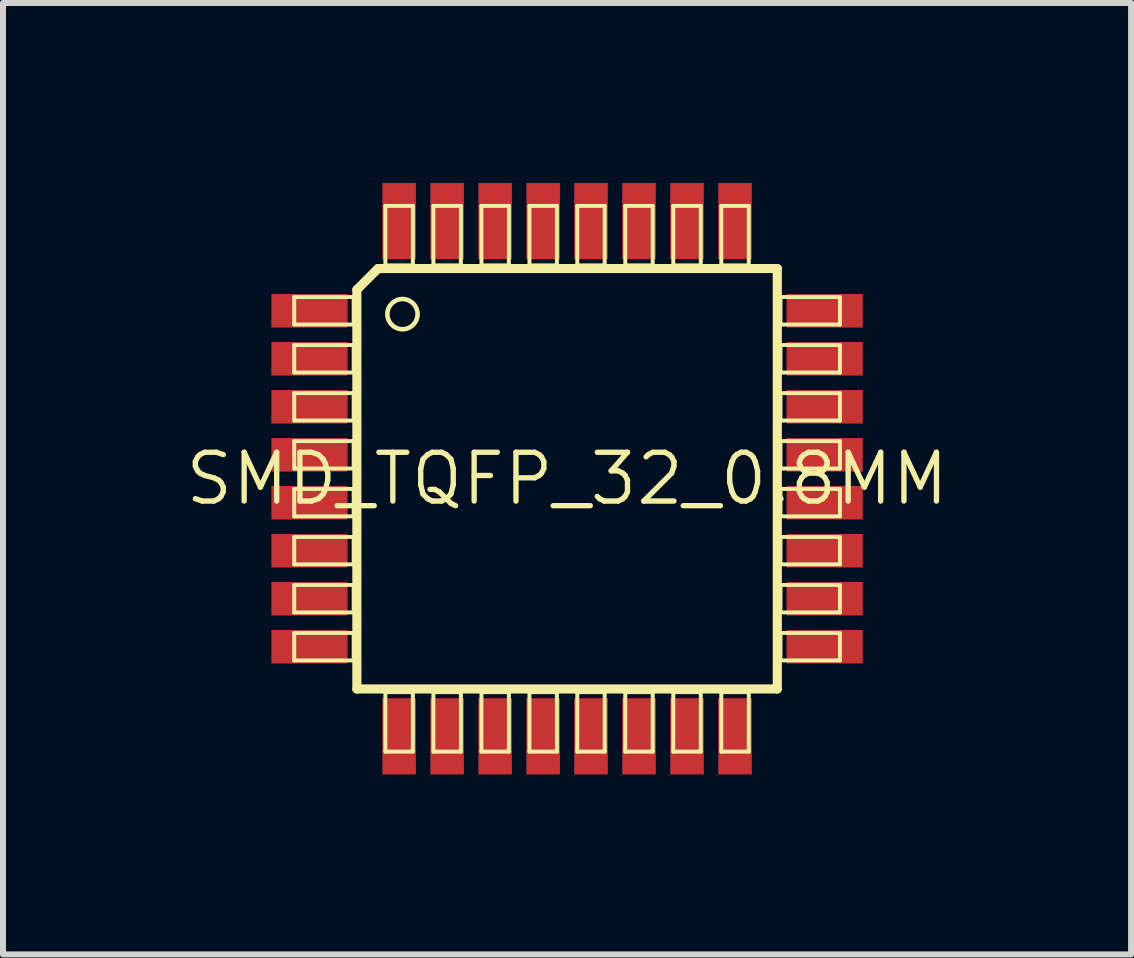
<source format=kicad_pcb>
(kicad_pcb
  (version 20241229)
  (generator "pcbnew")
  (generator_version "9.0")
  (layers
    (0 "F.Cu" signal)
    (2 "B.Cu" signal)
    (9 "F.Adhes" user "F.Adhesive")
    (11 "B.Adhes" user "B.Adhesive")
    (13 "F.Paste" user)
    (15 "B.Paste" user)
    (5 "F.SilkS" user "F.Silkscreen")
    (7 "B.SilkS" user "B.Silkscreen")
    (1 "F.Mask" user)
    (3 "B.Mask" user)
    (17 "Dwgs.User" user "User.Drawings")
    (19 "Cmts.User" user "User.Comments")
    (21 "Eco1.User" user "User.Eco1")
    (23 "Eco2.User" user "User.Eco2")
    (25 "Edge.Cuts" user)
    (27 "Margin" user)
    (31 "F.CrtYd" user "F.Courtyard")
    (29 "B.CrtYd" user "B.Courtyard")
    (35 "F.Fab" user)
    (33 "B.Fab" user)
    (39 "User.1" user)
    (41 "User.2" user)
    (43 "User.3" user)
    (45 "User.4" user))
  (footprint "SMD_TQFP_32_0.8MM"
    (layer "F.Cu")
    (at 6.4 4.928)
    (property "Reference" "SMD_TQFP_32_0.8MM" (at 0 0 0) (layer "F.SilkS") (effects (font (size 0.813 0.813) (thickness 0.089))))
    (attr smd)
    (fp_line (start -4.547 -3.028) (end -3.556 -3.028) (stroke (width 0.066) (type solid)) (layer "F.SilkS"))
    (fp_line (start -4.547 -2.57) (end -4.547 -3.028) (stroke (width 0.066) (type solid)) (layer "F.SilkS"))
    (fp_line (start -4.547 -2.57) (end -3.556 -2.57) (stroke (width 0.066) (type solid)) (layer "F.SilkS"))
    (fp_line (start -4.547 -2.228) (end -3.556 -2.228) (stroke (width 0.066) (type solid)) (layer "F.SilkS"))
    (fp_line (start -4.547 -1.77) (end -4.547 -2.228) (stroke (width 0.066) (type solid)) (layer "F.SilkS"))
    (fp_line (start -4.547 -1.77) (end -3.556 -1.77) (stroke (width 0.066) (type solid)) (layer "F.SilkS"))
    (fp_line (start -4.547 -1.427) (end -3.556 -1.427) (stroke (width 0.066) (type solid)) (layer "F.SilkS"))
    (fp_line (start -4.547 -0.97) (end -4.547 -1.427) (stroke (width 0.066) (type solid)) (layer "F.SilkS"))
    (fp_line (start -4.547 -0.97) (end -3.556 -0.97) (stroke (width 0.066) (type solid)) (layer "F.SilkS"))
    (fp_line (start -4.547 -0.627) (end -3.556 -0.627) (stroke (width 0.066) (type solid)) (layer "F.SilkS"))
    (fp_line (start -4.547 -0.17) (end -4.547 -0.627) (stroke (width 0.066) (type solid)) (layer "F.SilkS"))
    (fp_line (start -4.547 -0.17) (end -3.556 -0.17) (stroke (width 0.066) (type solid)) (layer "F.SilkS"))
    (fp_line (start -4.547 0.17) (end -3.556 0.17) (stroke (width 0.066) (type solid)) (layer "F.SilkS"))
    (fp_line (start -4.547 0.627) (end -4.547 0.17) (stroke (width 0.066) (type solid)) (layer "F.SilkS"))
    (fp_line (start -4.547 0.627) (end -3.556 0.627) (stroke (width 0.066) (type solid)) (layer "F.SilkS"))
    (fp_line (start -4.547 0.97) (end -3.556 0.97) (stroke (width 0.066) (type solid)) (layer "F.SilkS"))
    (fp_line (start -4.547 1.427) (end -4.547 0.97) (stroke (width 0.066) (type solid)) (layer "F.SilkS"))
    (fp_line (start -4.547 1.427) (end -3.556 1.427) (stroke (width 0.066) (type solid)) (layer "F.SilkS"))
    (fp_line (start -4.547 1.77) (end -3.556 1.77) (stroke (width 0.066) (type solid)) (layer "F.SilkS"))
    (fp_line (start -4.547 2.228) (end -4.547 1.77) (stroke (width 0.066) (type solid)) (layer "F.SilkS"))
    (fp_line (start -4.547 2.228) (end -3.556 2.228) (stroke (width 0.066) (type solid)) (layer "F.SilkS"))
    (fp_line (start -4.547 2.57) (end -3.556 2.57) (stroke (width 0.066) (type solid)) (layer "F.SilkS"))
    (fp_line (start -4.547 3.028) (end -4.547 2.57) (stroke (width 0.066) (type solid)) (layer "F.SilkS"))
    (fp_line (start -4.547 3.028) (end -3.556 3.028) (stroke (width 0.066) (type solid)) (layer "F.SilkS"))
    (fp_line (start -3.556 -2.57) (end -3.556 -3.028) (stroke (width 0.066) (type solid)) (layer "F.SilkS"))
    (fp_line (start -3.556 -1.77) (end -3.556 -2.228) (stroke (width 0.066) (type solid)) (layer "F.SilkS"))
    (fp_line (start -3.556 -0.97) (end -3.556 -1.427) (stroke (width 0.066) (type solid)) (layer "F.SilkS"))
    (fp_line (start -3.556 -0.17) (end -3.556 -0.627) (stroke (width 0.066) (type solid)) (layer "F.SilkS"))
    (fp_line (start -3.556 0.627) (end -3.556 0.17) (stroke (width 0.066) (type solid)) (layer "F.SilkS"))
    (fp_line (start -3.556 1.427) (end -3.556 0.97) (stroke (width 0.066) (type solid)) (layer "F.SilkS"))
    (fp_line (start -3.556 2.228) (end -3.556 1.77) (stroke (width 0.066) (type solid)) (layer "F.SilkS"))
    (fp_line (start -3.556 3.028) (end -3.556 2.57) (stroke (width 0.066) (type solid)) (layer "F.SilkS"))
    (fp_line (start -3.503 3.503) (end -3.503 -3.15) (stroke (width 0.152) (type solid)) (layer "F.SilkS"))
    (fp_line (start -3.15 -3.503) (end -3.503 -3.15) (stroke (width 0.152) (type solid)) (layer "F.SilkS"))
    (fp_line (start -3.15 -3.503) (end 3.503 -3.503) (stroke (width 0.152) (type solid)) (layer "F.SilkS"))
    (fp_line (start -3.028 -4.547) (end -2.57 -4.547) (stroke (width 0.066) (type solid)) (layer "F.SilkS"))
    (fp_line (start -3.028 -3.556) (end -3.028 -4.547) (stroke (width 0.066) (type solid)) (layer "F.SilkS"))
    (fp_line (start -3.028 -3.556) (end -2.57 -3.556) (stroke (width 0.066) (type solid)) (layer "F.SilkS"))
    (fp_line (start -3.028 3.556) (end -2.57 3.556) (stroke (width 0.066) (type solid)) (layer "F.SilkS"))
    (fp_line (start -3.028 4.547) (end -3.028 3.556) (stroke (width 0.066) (type solid)) (layer "F.SilkS"))
    (fp_line (start -3.028 4.547) (end -2.57 4.547) (stroke (width 0.066) (type solid)) (layer "F.SilkS"))
    (fp_line (start -2.57 -3.556) (end -2.57 -4.547) (stroke (width 0.066) (type solid)) (layer "F.SilkS"))
    (fp_line (start -2.57 4.547) (end -2.57 3.556) (stroke (width 0.066) (type solid)) (layer "F.SilkS"))
    (fp_line (start -2.228 -4.547) (end -1.77 -4.547) (stroke (width 0.066) (type solid)) (layer "F.SilkS"))
    (fp_line (start -2.228 -3.556) (end -2.228 -4.547) (stroke (width 0.066) (type solid)) (layer "F.SilkS"))
    (fp_line (start -2.228 -3.556) (end -1.77 -3.556) (stroke (width 0.066) (type solid)) (layer "F.SilkS"))
    (fp_line (start -2.228 3.556) (end -1.77 3.556) (stroke (width 0.066) (type solid)) (layer "F.SilkS"))
    (fp_line (start -2.228 4.547) (end -2.228 3.556) (stroke (width 0.066) (type solid)) (layer "F.SilkS"))
    (fp_line (start -2.228 4.547) (end -1.77 4.547) (stroke (width 0.066) (type solid)) (layer "F.SilkS"))
    (fp_line (start -1.77 -3.556) (end -1.77 -4.547) (stroke (width 0.066) (type solid)) (layer "F.SilkS"))
    (fp_line (start -1.77 4.547) (end -1.77 3.556) (stroke (width 0.066) (type solid)) (layer "F.SilkS"))
    (fp_line (start -1.427 -4.547) (end -0.97 -4.547) (stroke (width 0.066) (type solid)) (layer "F.SilkS"))
    (fp_line (start -1.427 -3.556) (end -1.427 -4.547) (stroke (width 0.066) (type solid)) (layer "F.SilkS"))
    (fp_line (start -1.427 -3.556) (end -0.97 -3.556) (stroke (width 0.066) (type solid)) (layer "F.SilkS"))
    (fp_line (start -1.427 3.556) (end -0.97 3.556) (stroke (width 0.066) (type solid)) (layer "F.SilkS"))
    (fp_line (start -1.427 4.547) (end -1.427 3.556) (stroke (width 0.066) (type solid)) (layer "F.SilkS"))
    (fp_line (start -1.427 4.547) (end -0.97 4.547) (stroke (width 0.066) (type solid)) (layer "F.SilkS"))
    (fp_line (start -0.97 -3.556) (end -0.97 -4.547) (stroke (width 0.066) (type solid)) (layer "F.SilkS"))
    (fp_line (start -0.97 4.547) (end -0.97 3.556) (stroke (width 0.066) (type solid)) (layer "F.SilkS"))
    (fp_line (start -0.627 -4.547) (end -0.17 -4.547) (stroke (width 0.066) (type solid)) (layer "F.SilkS"))
    (fp_line (start -0.627 -3.556) (end -0.627 -4.547) (stroke (width 0.066) (type solid)) (layer "F.SilkS"))
    (fp_line (start -0.627 -3.556) (end -0.17 -3.556) (stroke (width 0.066) (type solid)) (layer "F.SilkS"))
    (fp_line (start -0.627 3.556) (end -0.17 3.556) (stroke (width 0.066) (type solid)) (layer "F.SilkS"))
    (fp_line (start -0.627 4.547) (end -0.627 3.556) (stroke (width 0.066) (type solid)) (layer "F.SilkS"))
    (fp_line (start -0.627 4.547) (end -0.17 4.547) (stroke (width 0.066) (type solid)) (layer "F.SilkS"))
    (fp_line (start -0.17 -3.556) (end -0.17 -4.547) (stroke (width 0.066) (type solid)) (layer "F.SilkS"))
    (fp_line (start -0.17 4.547) (end -0.17 3.556) (stroke (width 0.066) (type solid)) (layer "F.SilkS"))
    (fp_line (start 0.17 -4.547) (end 0.627 -4.547) (stroke (width 0.066) (type solid)) (layer "F.SilkS"))
    (fp_line (start 0.17 -3.556) (end 0.17 -4.547) (stroke (width 0.066) (type solid)) (layer "F.SilkS"))
    (fp_line (start 0.17 -3.556) (end 0.627 -3.556) (stroke (width 0.066) (type solid)) (layer "F.SilkS"))
    (fp_line (start 0.17 3.556) (end 0.627 3.556) (stroke (width 0.066) (type solid)) (layer "F.SilkS"))
    (fp_line (start 0.17 4.547) (end 0.17 3.556) (stroke (width 0.066) (type solid)) (layer "F.SilkS"))
    (fp_line (start 0.17 4.547) (end 0.627 4.547) (stroke (width 0.066) (type solid)) (layer "F.SilkS"))
    (fp_line (start 0.627 -3.556) (end 0.627 -4.547) (stroke (width 0.066) (type solid)) (layer "F.SilkS"))
    (fp_line (start 0.627 4.547) (end 0.627 3.556) (stroke (width 0.066) (type solid)) (layer "F.SilkS"))
    (fp_line (start 0.97 -4.547) (end 1.427 -4.547) (stroke (width 0.066) (type solid)) (layer "F.SilkS"))
    (fp_line (start 0.97 -3.556) (end 0.97 -4.547) (stroke (width 0.066) (type solid)) (layer "F.SilkS"))
    (fp_line (start 0.97 -3.556) (end 1.427 -3.556) (stroke (width 0.066) (type solid)) (layer "F.SilkS"))
    (fp_line (start 0.97 3.556) (end 1.427 3.556) (stroke (width 0.066) (type solid)) (layer "F.SilkS"))
    (fp_line (start 0.97 4.547) (end 0.97 3.556) (stroke (width 0.066) (type solid)) (layer "F.SilkS"))
    (fp_line (start 0.97 4.547) (end 1.427 4.547) (stroke (width 0.066) (type solid)) (layer "F.SilkS"))
    (fp_line (start 1.427 -3.556) (end 1.427 -4.547) (stroke (width 0.066) (type solid)) (layer "F.SilkS"))
    (fp_line (start 1.427 4.547) (end 1.427 3.556) (stroke (width 0.066) (type solid)) (layer "F.SilkS"))
    (fp_line (start 1.77 -4.547) (end 2.228 -4.547) (stroke (width 0.066) (type solid)) (layer "F.SilkS"))
    (fp_line (start 1.77 -3.556) (end 1.77 -4.547) (stroke (width 0.066) (type solid)) (layer "F.SilkS"))
    (fp_line (start 1.77 -3.556) (end 2.228 -3.556) (stroke (width 0.066) (type solid)) (layer "F.SilkS"))
    (fp_line (start 1.77 3.556) (end 2.228 3.556) (stroke (width 0.066) (type solid)) (layer "F.SilkS"))
    (fp_line (start 1.77 4.547) (end 1.77 3.556) (stroke (width 0.066) (type solid)) (layer "F.SilkS"))
    (fp_line (start 1.77 4.547) (end 2.228 4.547) (stroke (width 0.066) (type solid)) (layer "F.SilkS"))
    (fp_line (start 2.228 -3.556) (end 2.228 -4.547) (stroke (width 0.066) (type solid)) (layer "F.SilkS"))
    (fp_line (start 2.228 4.547) (end 2.228 3.556) (stroke (width 0.066) (type solid)) (layer "F.SilkS"))
    (fp_line (start 2.57 -4.547) (end 3.028 -4.547) (stroke (width 0.066) (type solid)) (layer "F.SilkS"))
    (fp_line (start 2.57 -3.556) (end 2.57 -4.547) (stroke (width 0.066) (type solid)) (layer "F.SilkS"))
    (fp_line (start 2.57 -3.556) (end 3.028 -3.556) (stroke (width 0.066) (type solid)) (layer "F.SilkS"))
    (fp_line (start 2.57 3.556) (end 3.028 3.556) (stroke (width 0.066) (type solid)) (layer "F.SilkS"))
    (fp_line (start 2.57 4.547) (end 2.57 3.556) (stroke (width 0.066) (type solid)) (layer "F.SilkS"))
    (fp_line (start 2.57 4.547) (end 3.028 4.547) (stroke (width 0.066) (type solid)) (layer "F.SilkS"))
    (fp_line (start 3.028 -3.556) (end 3.028 -4.547) (stroke (width 0.066) (type solid)) (layer "F.SilkS"))
    (fp_line (start 3.028 4.547) (end 3.028 3.556) (stroke (width 0.066) (type solid)) (layer "F.SilkS"))
    (fp_line (start 3.503 -3.503) (end 3.503 3.503) (stroke (width 0.152) (type solid)) (layer "F.SilkS"))
    (fp_line (start 3.503 3.503) (end -3.503 3.503) (stroke (width 0.152) (type solid)) (layer "F.SilkS"))
    (fp_line (start 3.556 -3.028) (end 4.547 -3.028) (stroke (width 0.066) (type solid)) (layer "F.SilkS"))
    (fp_line (start 3.556 -2.57) (end 3.556 -3.028) (stroke (width 0.066) (type solid)) (layer "F.SilkS"))
    (fp_line (start 3.556 -2.57) (end 4.547 -2.57) (stroke (width 0.066) (type solid)) (layer "F.SilkS"))
    (fp_line (start 3.556 -2.228) (end 4.547 -2.228) (stroke (width 0.066) (type solid)) (layer "F.SilkS"))
    (fp_line (start 3.556 -1.77) (end 3.556 -2.228) (stroke (width 0.066) (type solid)) (layer "F.SilkS"))
    (fp_line (start 3.556 -1.77) (end 4.547 -1.77) (stroke (width 0.066) (type solid)) (layer "F.SilkS"))
    (fp_line (start 3.556 -1.427) (end 4.547 -1.427) (stroke (width 0.066) (type solid)) (layer "F.SilkS"))
    (fp_line (start 3.556 -0.97) (end 3.556 -1.427) (stroke (width 0.066) (type solid)) (layer "F.SilkS"))
    (fp_line (start 3.556 -0.97) (end 4.547 -0.97) (stroke (width 0.066) (type solid)) (layer "F.SilkS"))
    (fp_line (start 3.556 -0.627) (end 4.547 -0.627) (stroke (width 0.066) (type solid)) (layer "F.SilkS"))
    (fp_line (start 3.556 -0.17) (end 3.556 -0.627) (stroke (width 0.066) (type solid)) (layer "F.SilkS"))
    (fp_line (start 3.556 -0.17) (end 4.547 -0.17) (stroke (width 0.066) (type solid)) (layer "F.SilkS"))
    (fp_line (start 3.556 0.17) (end 4.547 0.17) (stroke (width 0.066) (type solid)) (layer "F.SilkS"))
    (fp_line (start 3.556 0.627) (end 3.556 0.17) (stroke (width 0.066) (type solid)) (layer "F.SilkS"))
    (fp_line (start 3.556 0.627) (end 4.547 0.627) (stroke (width 0.066) (type solid)) (layer "F.SilkS"))
    (fp_line (start 3.556 0.97) (end 4.547 0.97) (stroke (width 0.066) (type solid)) (layer "F.SilkS"))
    (fp_line (start 3.556 1.427) (end 3.556 0.97) (stroke (width 0.066) (type solid)) (layer "F.SilkS"))
    (fp_line (start 3.556 1.427) (end 4.547 1.427) (stroke (width 0.066) (type solid)) (layer "F.SilkS"))
    (fp_line (start 3.556 1.77) (end 4.547 1.77) (stroke (width 0.066) (type solid)) (layer "F.SilkS"))
    (fp_line (start 3.556 2.228) (end 3.556 1.77) (stroke (width 0.066) (type solid)) (layer "F.SilkS"))
    (fp_line (start 3.556 2.228) (end 4.547 2.228) (stroke (width 0.066) (type solid)) (layer "F.SilkS"))
    (fp_line (start 3.556 2.57) (end 4.547 2.57) (stroke (width 0.066) (type solid)) (layer "F.SilkS"))
    (fp_line (start 3.556 3.028) (end 3.556 2.57) (stroke (width 0.066) (type solid)) (layer "F.SilkS"))
    (fp_line (start 3.556 3.028) (end 4.547 3.028) (stroke (width 0.066) (type solid)) (layer "F.SilkS"))
    (fp_line (start 4.547 -2.57) (end 4.547 -3.028) (stroke (width 0.066) (type solid)) (layer "F.SilkS"))
    (fp_line (start 4.547 -1.77) (end 4.547 -2.228) (stroke (width 0.066) (type solid)) (layer "F.SilkS"))
    (fp_line (start 4.547 -0.97) (end 4.547 -1.427) (stroke (width 0.066) (type solid)) (layer "F.SilkS"))
    (fp_line (start 4.547 -0.17) (end 4.547 -0.627) (stroke (width 0.066) (type solid)) (layer "F.SilkS"))
    (fp_line (start 4.547 0.627) (end 4.547 0.17) (stroke (width 0.066) (type solid)) (layer "F.SilkS"))
    (fp_line (start 4.547 1.427) (end 4.547 0.97) (stroke (width 0.066) (type solid)) (layer "F.SilkS"))
    (fp_line (start 4.547 2.228) (end 4.547 1.77) (stroke (width 0.066) (type solid)) (layer "F.SilkS"))
    (fp_line (start 4.547 3.028) (end 4.547 2.57) (stroke (width 0.066) (type solid)) (layer "F.SilkS"))
    (fp_circle (center -2.743 -2.743) (end -2.921 -2.921) (stroke (width 0.076) (type solid)) (fill no) (layer "F.SilkS"))
    (pad "1" smd rect (at -4.293 -2.799) (size 1.27 0.559) (layers "F.Cu" "F.Mask" "F.Paste"))
    (pad "2" smd rect (at -4.293 -1.999) (size 1.27 0.559) (layers "F.Cu" "F.Mask" "F.Paste"))
    (pad "3" smd rect (at -4.293 -1.199) (size 1.27 0.559) (layers "F.Cu" "F.Mask" "F.Paste"))
    (pad "4" smd rect (at -4.293 -0.399) (size 1.27 0.559) (layers "F.Cu" "F.Mask" "F.Paste"))
    (pad "5" smd rect (at -4.293 0.399) (size 1.27 0.559) (layers "F.Cu" "F.Mask" "F.Paste"))
    (pad "6" smd rect (at -4.293 1.199) (size 1.27 0.559) (layers "F.Cu" "F.Mask" "F.Paste"))
    (pad "7" smd rect (at -4.293 1.999) (size 1.27 0.559) (layers "F.Cu" "F.Mask" "F.Paste"))
    (pad "8" smd rect (at -4.293 2.799) (size 1.27 0.559) (layers "F.Cu" "F.Mask" "F.Paste"))
    (pad "9" smd rect (at -2.799 4.293) (size 0.559 1.27) (layers "F.Cu" "F.Mask" "F.Paste"))
    (pad "10" smd rect (at -1.999 4.293) (size 0.559 1.27) (layers "F.Cu" "F.Mask" "F.Paste"))
    (pad "11" smd rect (at -1.199 4.293) (size 0.559 1.27) (layers "F.Cu" "F.Mask" "F.Paste"))
    (pad "12" smd rect (at -0.399 4.293) (size 0.559 1.27) (layers "F.Cu" "F.Mask" "F.Paste"))
    (pad "13" smd rect (at 0.399 4.293) (size 0.559 1.27) (layers "F.Cu" "F.Mask" "F.Paste"))
    (pad "14" smd rect (at 1.199 4.293) (size 0.559 1.27) (layers "F.Cu" "F.Mask" "F.Paste"))
    (pad "15" smd rect (at 1.999 4.293) (size 0.559 1.27) (layers "F.Cu" "F.Mask" "F.Paste"))
    (pad "16" smd rect (at 2.799 4.293) (size 0.559 1.27) (layers "F.Cu" "F.Mask" "F.Paste"))
    (pad "17" smd rect (at 4.293 2.799) (size 1.27 0.559) (layers "F.Cu" "F.Mask" "F.Paste"))
    (pad "18" smd rect (at 4.293 1.999) (size 1.27 0.559) (layers "F.Cu" "F.Mask" "F.Paste"))
    (pad "19" smd rect (at 4.293 1.199) (size 1.27 0.559) (layers "F.Cu" "F.Mask" "F.Paste"))
    (pad "20" smd rect (at 4.293 0.399) (size 1.27 0.559) (layers "F.Cu" "F.Mask" "F.Paste"))
    (pad "21" smd rect (at 4.293 -0.399) (size 1.27 0.559) (layers "F.Cu" "F.Mask" "F.Paste"))
    (pad "22" smd rect (at 4.293 -1.199) (size 1.27 0.559) (layers "F.Cu" "F.Mask" "F.Paste"))
    (pad "23" smd rect (at 4.293 -1.999) (size 1.27 0.559) (layers "F.Cu" "F.Mask" "F.Paste"))
    (pad "24" smd rect (at 4.293 -2.799) (size 1.27 0.559) (layers "F.Cu" "F.Mask" "F.Paste"))
    (pad "25" smd rect (at 2.799 -4.293) (size 0.559 1.27) (layers "F.Cu" "F.Mask" "F.Paste"))
    (pad "26" smd rect (at 1.999 -4.293) (size 0.559 1.27) (layers "F.Cu" "F.Mask" "F.Paste"))
    (pad "27" smd rect (at 1.199 -4.293) (size 0.559 1.27) (layers "F.Cu" "F.Mask" "F.Paste"))
    (pad "28" smd rect (at 0.399 -4.293) (size 0.559 1.27) (layers "F.Cu" "F.Mask" "F.Paste"))
    (pad "29" smd rect (at -0.399 -4.293) (size 0.559 1.27) (layers "F.Cu" "F.Mask" "F.Paste"))
    (pad "30" smd rect (at -1.199 -4.293) (size 0.559 1.27) (layers "F.Cu" "F.Mask" "F.Paste"))
    (pad "31" smd rect (at -1.999 -4.293) (size 0.559 1.27) (layers "F.Cu" "F.Mask" "F.Paste"))
    (pad "32" smd rect (at -2.799 -4.293) (size 0.559 1.27) (layers "F.Cu" "F.Mask" "F.Paste")))
  (gr_rect
    (start -3 -3)
    (end 15.799 12.855)
    (stroke (width 0.1) (type default))
    (fill no)
    (layer "Edge.Cuts")))
</source>
